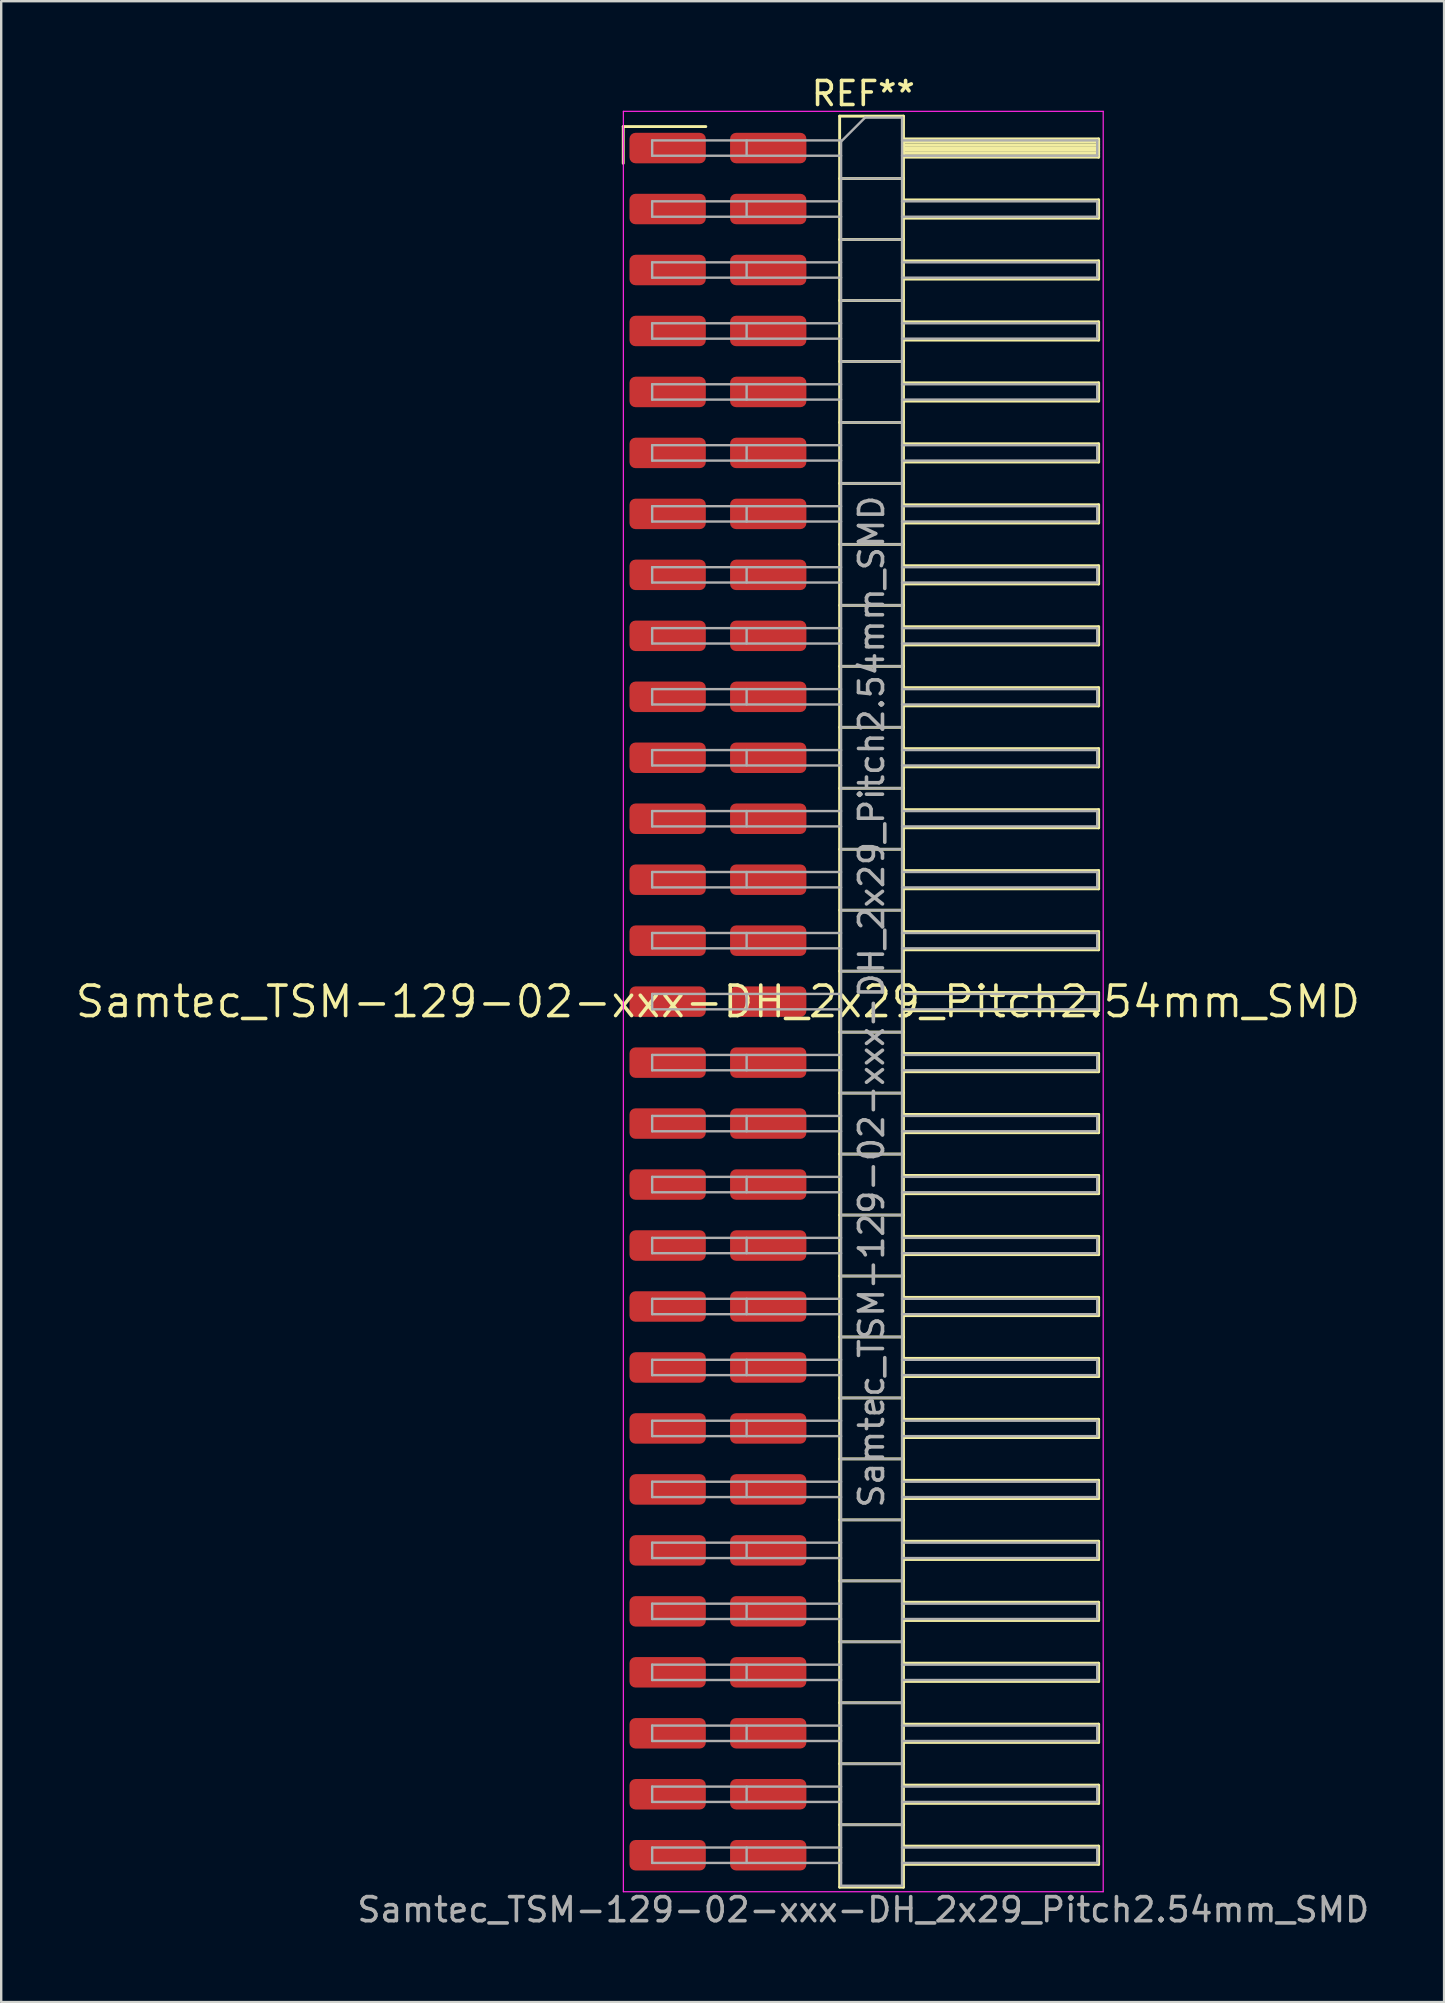
<source format=kicad_pcb>
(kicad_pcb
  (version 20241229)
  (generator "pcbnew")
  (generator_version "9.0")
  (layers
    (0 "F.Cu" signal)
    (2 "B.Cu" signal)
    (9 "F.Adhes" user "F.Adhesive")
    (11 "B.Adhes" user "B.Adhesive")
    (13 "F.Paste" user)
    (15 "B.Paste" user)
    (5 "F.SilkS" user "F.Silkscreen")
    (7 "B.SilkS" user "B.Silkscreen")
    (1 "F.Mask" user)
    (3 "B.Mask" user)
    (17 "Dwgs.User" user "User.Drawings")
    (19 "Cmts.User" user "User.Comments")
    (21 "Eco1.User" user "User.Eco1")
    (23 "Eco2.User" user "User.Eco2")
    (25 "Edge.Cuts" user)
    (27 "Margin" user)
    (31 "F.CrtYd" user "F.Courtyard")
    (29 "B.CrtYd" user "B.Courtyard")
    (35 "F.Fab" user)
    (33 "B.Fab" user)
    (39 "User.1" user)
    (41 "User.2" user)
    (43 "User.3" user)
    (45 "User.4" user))
  (footprint "Samtec_TSM-129-02-xxx-DH_2x29_Pitch2.54mm_SMD"
    (layer "F.Cu")
    (at 26.859 38.678)
    (property "Reference" "Samtec_TSM-129-02-xxx-DH_2x29_Pitch2.54mm_SMD" (at 0 0 0) (layer "F.SilkS") (effects (font (size 1.27 1.27) (thickness 0.15))))
    (attr smd)
    (fp_line (start -3.945 -36.455) (end -0.505 -36.455) (stroke (width 0.12) (type solid)) (layer "F.SilkS"))
    (fp_line (start -3.945 -34.925) (end -3.945 -36.455) (stroke (width 0.12) (type solid)) (layer "F.SilkS"))
    (fp_line (start 5.07 -36.89) (end 7.73 -36.89) (stroke (width 0.12) (type solid)) (layer "F.SilkS"))
    (fp_line (start 5.07 -34.29) (end 7.73 -34.29) (stroke (width 0.12) (type solid)) (layer "F.SilkS"))
    (fp_line (start 5.07 -31.75) (end 7.73 -31.75) (stroke (width 0.12) (type solid)) (layer "F.SilkS"))
    (fp_line (start 5.07 -29.21) (end 7.73 -29.21) (stroke (width 0.12) (type solid)) (layer "F.SilkS"))
    (fp_line (start 5.07 -26.67) (end 7.73 -26.67) (stroke (width 0.12) (type solid)) (layer "F.SilkS"))
    (fp_line (start 5.07 -24.13) (end 7.73 -24.13) (stroke (width 0.12) (type solid)) (layer "F.SilkS"))
    (fp_line (start 5.07 -21.59) (end 7.73 -21.59) (stroke (width 0.12) (type solid)) (layer "F.SilkS"))
    (fp_line (start 5.07 -19.05) (end 7.73 -19.05) (stroke (width 0.12) (type solid)) (layer "F.SilkS"))
    (fp_line (start 5.07 -16.51) (end 7.73 -16.51) (stroke (width 0.12) (type solid)) (layer "F.SilkS"))
    (fp_line (start 5.07 -13.97) (end 7.73 -13.97) (stroke (width 0.12) (type solid)) (layer "F.SilkS"))
    (fp_line (start 5.07 -11.43) (end 7.73 -11.43) (stroke (width 0.12) (type solid)) (layer "F.SilkS"))
    (fp_line (start 5.07 -8.89) (end 7.73 -8.89) (stroke (width 0.12) (type solid)) (layer "F.SilkS"))
    (fp_line (start 5.07 -6.35) (end 7.73 -6.35) (stroke (width 0.12) (type solid)) (layer "F.SilkS"))
    (fp_line (start 5.07 -3.81) (end 7.73 -3.81) (stroke (width 0.12) (type solid)) (layer "F.SilkS"))
    (fp_line (start 5.07 -1.27) (end 7.73 -1.27) (stroke (width 0.12) (type solid)) (layer "F.SilkS"))
    (fp_line (start 5.07 1.27) (end 7.73 1.27) (stroke (width 0.12) (type solid)) (layer "F.SilkS"))
    (fp_line (start 5.07 3.81) (end 7.73 3.81) (stroke (width 0.12) (type solid)) (layer "F.SilkS"))
    (fp_line (start 5.07 6.35) (end 7.73 6.35) (stroke (width 0.12) (type solid)) (layer "F.SilkS"))
    (fp_line (start 5.07 8.89) (end 7.73 8.89) (stroke (width 0.12) (type solid)) (layer "F.SilkS"))
    (fp_line (start 5.07 11.43) (end 7.73 11.43) (stroke (width 0.12) (type solid)) (layer "F.SilkS"))
    (fp_line (start 5.07 13.97) (end 7.73 13.97) (stroke (width 0.12) (type solid)) (layer "F.SilkS"))
    (fp_line (start 5.07 16.51) (end 7.73 16.51) (stroke (width 0.12) (type solid)) (layer "F.SilkS"))
    (fp_line (start 5.07 19.05) (end 7.73 19.05) (stroke (width 0.12) (type solid)) (layer "F.SilkS"))
    (fp_line (start 5.07 21.59) (end 7.73 21.59) (stroke (width 0.12) (type solid)) (layer "F.SilkS"))
    (fp_line (start 5.07 24.13) (end 7.73 24.13) (stroke (width 0.12) (type solid)) (layer "F.SilkS"))
    (fp_line (start 5.07 26.67) (end 7.73 26.67) (stroke (width 0.12) (type solid)) (layer "F.SilkS"))
    (fp_line (start 5.07 29.21) (end 7.73 29.21) (stroke (width 0.12) (type solid)) (layer "F.SilkS"))
    (fp_line (start 5.07 31.75) (end 7.73 31.75) (stroke (width 0.12) (type solid)) (layer "F.SilkS"))
    (fp_line (start 5.07 34.29) (end 7.73 34.29) (stroke (width 0.12) (type solid)) (layer "F.SilkS"))
    (fp_line (start 5.07 36.89) (end 5.07 -36.89) (stroke (width 0.12) (type solid)) (layer "F.SilkS"))
    (fp_line (start 7.73 -36.89) (end 7.73 36.89) (stroke (width 0.12) (type solid)) (layer "F.SilkS"))
    (fp_line (start 7.73 -35.94) (end 15.86 -35.94) (stroke (width 0.12) (type solid)) (layer "F.SilkS"))
    (fp_line (start 7.73 -35.82) (end 15.86 -35.82) (stroke (width 0.12) (type solid)) (layer "F.SilkS"))
    (fp_line (start 7.73 -35.7) (end 15.86 -35.7) (stroke (width 0.12) (type solid)) (layer "F.SilkS"))
    (fp_line (start 7.73 -35.58) (end 15.86 -35.58) (stroke (width 0.12) (type solid)) (layer "F.SilkS"))
    (fp_line (start 7.73 -35.46) (end 15.86 -35.46) (stroke (width 0.12) (type solid)) (layer "F.SilkS"))
    (fp_line (start 7.73 -35.34) (end 15.86 -35.34) (stroke (width 0.12) (type solid)) (layer "F.SilkS"))
    (fp_line (start 7.73 -35.22) (end 15.86 -35.22) (stroke (width 0.12) (type solid)) (layer "F.SilkS"))
    (fp_line (start 7.73 -35.18) (end 15.86 -35.18) (stroke (width 0.12) (type solid)) (layer "F.SilkS"))
    (fp_line (start 7.73 -33.4) (end 15.86 -33.4) (stroke (width 0.12) (type solid)) (layer "F.SilkS"))
    (fp_line (start 7.73 -32.64) (end 15.86 -32.64) (stroke (width 0.12) (type solid)) (layer "F.SilkS"))
    (fp_line (start 7.73 -30.86) (end 15.86 -30.86) (stroke (width 0.12) (type solid)) (layer "F.SilkS"))
    (fp_line (start 7.73 -30.1) (end 15.86 -30.1) (stroke (width 0.12) (type solid)) (layer "F.SilkS"))
    (fp_line (start 7.73 -28.32) (end 15.86 -28.32) (stroke (width 0.12) (type solid)) (layer "F.SilkS"))
    (fp_line (start 7.73 -27.56) (end 15.86 -27.56) (stroke (width 0.12) (type solid)) (layer "F.SilkS"))
    (fp_line (start 7.73 -25.78) (end 15.86 -25.78) (stroke (width 0.12) (type solid)) (layer "F.SilkS"))
    (fp_line (start 7.73 -25.02) (end 15.86 -25.02) (stroke (width 0.12) (type solid)) (layer "F.SilkS"))
    (fp_line (start 7.73 -23.24) (end 15.86 -23.24) (stroke (width 0.12) (type solid)) (layer "F.SilkS"))
    (fp_line (start 7.73 -22.48) (end 15.86 -22.48) (stroke (width 0.12) (type solid)) (layer "F.SilkS"))
    (fp_line (start 7.73 -20.7) (end 15.86 -20.7) (stroke (width 0.12) (type solid)) (layer "F.SilkS"))
    (fp_line (start 7.73 -19.94) (end 15.86 -19.94) (stroke (width 0.12) (type solid)) (layer "F.SilkS"))
    (fp_line (start 7.73 -18.16) (end 15.86 -18.16) (stroke (width 0.12) (type solid)) (layer "F.SilkS"))
    (fp_line (start 7.73 -17.4) (end 15.86 -17.4) (stroke (width 0.12) (type solid)) (layer "F.SilkS"))
    (fp_line (start 7.73 -15.62) (end 15.86 -15.62) (stroke (width 0.12) (type solid)) (layer "F.SilkS"))
    (fp_line (start 7.73 -14.86) (end 15.86 -14.86) (stroke (width 0.12) (type solid)) (layer "F.SilkS"))
    (fp_line (start 7.73 -13.08) (end 15.86 -13.08) (stroke (width 0.12) (type solid)) (layer "F.SilkS"))
    (fp_line (start 7.73 -12.32) (end 15.86 -12.32) (stroke (width 0.12) (type solid)) (layer "F.SilkS"))
    (fp_line (start 7.73 -10.54) (end 15.86 -10.54) (stroke (width 0.12) (type solid)) (layer "F.SilkS"))
    (fp_line (start 7.73 -9.78) (end 15.86 -9.78) (stroke (width 0.12) (type solid)) (layer "F.SilkS"))
    (fp_line (start 7.73 -8) (end 15.86 -8) (stroke (width 0.12) (type solid)) (layer "F.SilkS"))
    (fp_line (start 7.73 -7.24) (end 15.86 -7.24) (stroke (width 0.12) (type solid)) (layer "F.SilkS"))
    (fp_line (start 7.73 -5.46) (end 15.86 -5.46) (stroke (width 0.12) (type solid)) (layer "F.SilkS"))
    (fp_line (start 7.73 -4.7) (end 15.86 -4.7) (stroke (width 0.12) (type solid)) (layer "F.SilkS"))
    (fp_line (start 7.73 -2.92) (end 15.86 -2.92) (stroke (width 0.12) (type solid)) (layer "F.SilkS"))
    (fp_line (start 7.73 -2.16) (end 15.86 -2.16) (stroke (width 0.12) (type solid)) (layer "F.SilkS"))
    (fp_line (start 7.73 -0.38) (end 15.86 -0.38) (stroke (width 0.12) (type solid)) (layer "F.SilkS"))
    (fp_line (start 7.73 0.38) (end 15.86 0.38) (stroke (width 0.12) (type solid)) (layer "F.SilkS"))
    (fp_line (start 7.73 2.16) (end 15.86 2.16) (stroke (width 0.12) (type solid)) (layer "F.SilkS"))
    (fp_line (start 7.73 2.92) (end 15.86 2.92) (stroke (width 0.12) (type solid)) (layer "F.SilkS"))
    (fp_line (start 7.73 4.7) (end 15.86 4.7) (stroke (width 0.12) (type solid)) (layer "F.SilkS"))
    (fp_line (start 7.73 5.46) (end 15.86 5.46) (stroke (width 0.12) (type solid)) (layer "F.SilkS"))
    (fp_line (start 7.73 7.24) (end 15.86 7.24) (stroke (width 0.12) (type solid)) (layer "F.SilkS"))
    (fp_line (start 7.73 8) (end 15.86 8) (stroke (width 0.12) (type solid)) (layer "F.SilkS"))
    (fp_line (start 7.73 9.78) (end 15.86 9.78) (stroke (width 0.12) (type solid)) (layer "F.SilkS"))
    (fp_line (start 7.73 10.54) (end 15.86 10.54) (stroke (width 0.12) (type solid)) (layer "F.SilkS"))
    (fp_line (start 7.73 12.32) (end 15.86 12.32) (stroke (width 0.12) (type solid)) (layer "F.SilkS"))
    (fp_line (start 7.73 13.08) (end 15.86 13.08) (stroke (width 0.12) (type solid)) (layer "F.SilkS"))
    (fp_line (start 7.73 14.86) (end 15.86 14.86) (stroke (width 0.12) (type solid)) (layer "F.SilkS"))
    (fp_line (start 7.73 15.62) (end 15.86 15.62) (stroke (width 0.12) (type solid)) (layer "F.SilkS"))
    (fp_line (start 7.73 17.4) (end 15.86 17.4) (stroke (width 0.12) (type solid)) (layer "F.SilkS"))
    (fp_line (start 7.73 18.16) (end 15.86 18.16) (stroke (width 0.12) (type solid)) (layer "F.SilkS"))
    (fp_line (start 7.73 19.94) (end 15.86 19.94) (stroke (width 0.12) (type solid)) (layer "F.SilkS"))
    (fp_line (start 7.73 20.7) (end 15.86 20.7) (stroke (width 0.12) (type solid)) (layer "F.SilkS"))
    (fp_line (start 7.73 22.48) (end 15.86 22.48) (stroke (width 0.12) (type solid)) (layer "F.SilkS"))
    (fp_line (start 7.73 23.24) (end 15.86 23.24) (stroke (width 0.12) (type solid)) (layer "F.SilkS"))
    (fp_line (start 7.73 25.02) (end 15.86 25.02) (stroke (width 0.12) (type solid)) (layer "F.SilkS"))
    (fp_line (start 7.73 25.78) (end 15.86 25.78) (stroke (width 0.12) (type solid)) (layer "F.SilkS"))
    (fp_line (start 7.73 27.56) (end 15.86 27.56) (stroke (width 0.12) (type solid)) (layer "F.SilkS"))
    (fp_line (start 7.73 28.32) (end 15.86 28.32) (stroke (width 0.12) (type solid)) (layer "F.SilkS"))
    (fp_line (start 7.73 30.1) (end 15.86 30.1) (stroke (width 0.12) (type solid)) (layer "F.SilkS"))
    (fp_line (start 7.73 30.86) (end 15.86 30.86) (stroke (width 0.12) (type solid)) (layer "F.SilkS"))
    (fp_line (start 7.73 32.64) (end 15.86 32.64) (stroke (width 0.12) (type solid)) (layer "F.SilkS"))
    (fp_line (start 7.73 33.4) (end 15.86 33.4) (stroke (width 0.12) (type solid)) (layer "F.SilkS"))
    (fp_line (start 7.73 35.18) (end 15.86 35.18) (stroke (width 0.12) (type solid)) (layer "F.SilkS"))
    (fp_line (start 7.73 35.94) (end 15.86 35.94) (stroke (width 0.12) (type solid)) (layer "F.SilkS"))
    (fp_line (start 7.73 36.89) (end 5.07 36.89) (stroke (width 0.12) (type solid)) (layer "F.SilkS"))
    (fp_line (start 15.86 -35.94) (end 15.86 -35.18) (stroke (width 0.12) (type solid)) (layer "F.SilkS"))
    (fp_line (start 15.86 -33.4) (end 15.86 -32.64) (stroke (width 0.12) (type solid)) (layer "F.SilkS"))
    (fp_line (start 15.86 -30.86) (end 15.86 -30.1) (stroke (width 0.12) (type solid)) (layer "F.SilkS"))
    (fp_line (start 15.86 -28.32) (end 15.86 -27.56) (stroke (width 0.12) (type solid)) (layer "F.SilkS"))
    (fp_line (start 15.86 -25.78) (end 15.86 -25.02) (stroke (width 0.12) (type solid)) (layer "F.SilkS"))
    (fp_line (start 15.86 -23.24) (end 15.86 -22.48) (stroke (width 0.12) (type solid)) (layer "F.SilkS"))
    (fp_line (start 15.86 -20.7) (end 15.86 -19.94) (stroke (width 0.12) (type solid)) (layer "F.SilkS"))
    (fp_line (start 15.86 -18.16) (end 15.86 -17.4) (stroke (width 0.12) (type solid)) (layer "F.SilkS"))
    (fp_line (start 15.86 -15.62) (end 15.86 -14.86) (stroke (width 0.12) (type solid)) (layer "F.SilkS"))
    (fp_line (start 15.86 -13.08) (end 15.86 -12.32) (stroke (width 0.12) (type solid)) (layer "F.SilkS"))
    (fp_line (start 15.86 -10.54) (end 15.86 -9.78) (stroke (width 0.12) (type solid)) (layer "F.SilkS"))
    (fp_line (start 15.86 -8) (end 15.86 -7.24) (stroke (width 0.12) (type solid)) (layer "F.SilkS"))
    (fp_line (start 15.86 -5.46) (end 15.86 -4.7) (stroke (width 0.12) (type solid)) (layer "F.SilkS"))
    (fp_line (start 15.86 -2.92) (end 15.86 -2.16) (stroke (width 0.12) (type solid)) (layer "F.SilkS"))
    (fp_line (start 15.86 -0.38) (end 15.86 0.38) (stroke (width 0.12) (type solid)) (layer "F.SilkS"))
    (fp_line (start 15.86 2.16) (end 15.86 2.92) (stroke (width 0.12) (type solid)) (layer "F.SilkS"))
    (fp_line (start 15.86 4.7) (end 15.86 5.46) (stroke (width 0.12) (type solid)) (layer "F.SilkS"))
    (fp_line (start 15.86 7.24) (end 15.86 8) (stroke (width 0.12) (type solid)) (layer "F.SilkS"))
    (fp_line (start 15.86 9.78) (end 15.86 10.54) (stroke (width 0.12) (type solid)) (layer "F.SilkS"))
    (fp_line (start 15.86 12.32) (end 15.86 13.08) (stroke (width 0.12) (type solid)) (layer "F.SilkS"))
    (fp_line (start 15.86 14.86) (end 15.86 15.62) (stroke (width 0.12) (type solid)) (layer "F.SilkS"))
    (fp_line (start 15.86 17.4) (end 15.86 18.16) (stroke (width 0.12) (type solid)) (layer "F.SilkS"))
    (fp_line (start 15.86 19.94) (end 15.86 20.7) (stroke (width 0.12) (type solid)) (layer "F.SilkS"))
    (fp_line (start 15.86 22.48) (end 15.86 23.24) (stroke (width 0.12) (type solid)) (layer "F.SilkS"))
    (fp_line (start 15.86 25.02) (end 15.86 25.78) (stroke (width 0.12) (type solid)) (layer "F.SilkS"))
    (fp_line (start 15.86 27.56) (end 15.86 28.32) (stroke (width 0.12) (type solid)) (layer "F.SilkS"))
    (fp_line (start 15.86 30.1) (end 15.86 30.86) (stroke (width 0.12) (type solid)) (layer "F.SilkS"))
    (fp_line (start 15.86 32.64) (end 15.86 33.4) (stroke (width 0.12) (type solid)) (layer "F.SilkS"))
    (fp_line (start 15.86 35.18) (end 15.86 35.94) (stroke (width 0.12) (type solid)) (layer "F.SilkS"))
    (fp_line (start -3.94 -37.09) (end 16.05 -37.09) (stroke (width 0.05) (type solid)) (layer "F.CrtYd"))
    (fp_line (start -3.94 37.08) (end -3.94 -37.09) (stroke (width 0.05) (type solid)) (layer "F.CrtYd"))
    (fp_line (start 16.05 -37.09) (end 16.05 37.08) (stroke (width 0.05) (type solid)) (layer "F.CrtYd"))
    (fp_line (start 16.05 37.08) (end -3.94 37.08) (stroke (width 0.05) (type solid)) (layer "F.CrtYd"))
    (fp_line (start -2.74 -35.88) (end -2.74 -35.24) (stroke (width 0.1) (type solid)) (layer "F.Fab"))
    (fp_line (start -2.74 -35.88) (end 5.13 -35.88) (stroke (width 0.1) (type solid)) (layer "F.Fab"))
    (fp_line (start -2.74 -35.24) (end 5.13 -35.24) (stroke (width 0.1) (type solid)) (layer "F.Fab"))
    (fp_line (start -2.74 -33.34) (end -2.74 -32.7) (stroke (width 0.1) (type solid)) (layer "F.Fab"))
    (fp_line (start -2.74 -33.34) (end 5.13 -33.34) (stroke (width 0.1) (type solid)) (layer "F.Fab"))
    (fp_line (start -2.74 -32.7) (end 5.13 -32.7) (stroke (width 0.1) (type solid)) (layer "F.Fab"))
    (fp_line (start -2.74 -30.8) (end -2.74 -30.16) (stroke (width 0.1) (type solid)) (layer "F.Fab"))
    (fp_line (start -2.74 -30.8) (end 5.13 -30.8) (stroke (width 0.1) (type solid)) (layer "F.Fab"))
    (fp_line (start -2.74 -30.16) (end 5.13 -30.16) (stroke (width 0.1) (type solid)) (layer "F.Fab"))
    (fp_line (start -2.74 -28.26) (end -2.74 -27.62) (stroke (width 0.1) (type solid)) (layer "F.Fab"))
    (fp_line (start -2.74 -28.26) (end 5.13 -28.26) (stroke (width 0.1) (type solid)) (layer "F.Fab"))
    (fp_line (start -2.74 -27.62) (end 5.13 -27.62) (stroke (width 0.1) (type solid)) (layer "F.Fab"))
    (fp_line (start -2.74 -25.72) (end -2.74 -25.08) (stroke (width 0.1) (type solid)) (layer "F.Fab"))
    (fp_line (start -2.74 -25.72) (end 5.13 -25.72) (stroke (width 0.1) (type solid)) (layer "F.Fab"))
    (fp_line (start -2.74 -25.08) (end 5.13 -25.08) (stroke (width 0.1) (type solid)) (layer "F.Fab"))
    (fp_line (start -2.74 -23.18) (end -2.74 -22.54) (stroke (width 0.1) (type solid)) (layer "F.Fab"))
    (fp_line (start -2.74 -23.18) (end 5.13 -23.18) (stroke (width 0.1) (type solid)) (layer "F.Fab"))
    (fp_line (start -2.74 -22.54) (end 5.13 -22.54) (stroke (width 0.1) (type solid)) (layer "F.Fab"))
    (fp_line (start -2.74 -20.64) (end -2.74 -20) (stroke (width 0.1) (type solid)) (layer "F.Fab"))
    (fp_line (start -2.74 -20.64) (end 5.13 -20.64) (stroke (width 0.1) (type solid)) (layer "F.Fab"))
    (fp_line (start -2.74 -20) (end 5.13 -20) (stroke (width 0.1) (type solid)) (layer "F.Fab"))
    (fp_line (start -2.74 -18.1) (end -2.74 -17.46) (stroke (width 0.1) (type solid)) (layer "F.Fab"))
    (fp_line (start -2.74 -18.1) (end 5.13 -18.1) (stroke (width 0.1) (type solid)) (layer "F.Fab"))
    (fp_line (start -2.74 -17.46) (end 5.13 -17.46) (stroke (width 0.1) (type solid)) (layer "F.Fab"))
    (fp_line (start -2.74 -15.56) (end -2.74 -14.92) (stroke (width 0.1) (type solid)) (layer "F.Fab"))
    (fp_line (start -2.74 -15.56) (end 5.13 -15.56) (stroke (width 0.1) (type solid)) (layer "F.Fab"))
    (fp_line (start -2.74 -14.92) (end 5.13 -14.92) (stroke (width 0.1) (type solid)) (layer "F.Fab"))
    (fp_line (start -2.74 -13.02) (end -2.74 -12.38) (stroke (width 0.1) (type solid)) (layer "F.Fab"))
    (fp_line (start -2.74 -13.02) (end 5.13 -13.02) (stroke (width 0.1) (type solid)) (layer "F.Fab"))
    (fp_line (start -2.74 -12.38) (end 5.13 -12.38) (stroke (width 0.1) (type solid)) (layer "F.Fab"))
    (fp_line (start -2.74 -10.48) (end -2.74 -9.84) (stroke (width 0.1) (type solid)) (layer "F.Fab"))
    (fp_line (start -2.74 -10.48) (end 5.13 -10.48) (stroke (width 0.1) (type solid)) (layer "F.Fab"))
    (fp_line (start -2.74 -9.84) (end 5.13 -9.84) (stroke (width 0.1) (type solid)) (layer "F.Fab"))
    (fp_line (start -2.74 -7.94) (end -2.74 -7.3) (stroke (width 0.1) (type solid)) (layer "F.Fab"))
    (fp_line (start -2.74 -7.94) (end 5.13 -7.94) (stroke (width 0.1) (type solid)) (layer "F.Fab"))
    (fp_line (start -2.74 -7.3) (end 5.13 -7.3) (stroke (width 0.1) (type solid)) (layer "F.Fab"))
    (fp_line (start -2.74 -5.4) (end -2.74 -4.76) (stroke (width 0.1) (type solid)) (layer "F.Fab"))
    (fp_line (start -2.74 -5.4) (end 5.13 -5.4) (stroke (width 0.1) (type solid)) (layer "F.Fab"))
    (fp_line (start -2.74 -4.76) (end 5.13 -4.76) (stroke (width 0.1) (type solid)) (layer "F.Fab"))
    (fp_line (start -2.74 -2.86) (end -2.74 -2.22) (stroke (width 0.1) (type solid)) (layer "F.Fab"))
    (fp_line (start -2.74 -2.86) (end 5.13 -2.86) (stroke (width 0.1) (type solid)) (layer "F.Fab"))
    (fp_line (start -2.74 -2.22) (end 5.13 -2.22) (stroke (width 0.1) (type solid)) (layer "F.Fab"))
    (fp_line (start -2.74 -0.32) (end -2.74 0.32) (stroke (width 0.1) (type solid)) (layer "F.Fab"))
    (fp_line (start -2.74 -0.32) (end 5.13 -0.32) (stroke (width 0.1) (type solid)) (layer "F.Fab"))
    (fp_line (start -2.74 0.32) (end 5.13 0.32) (stroke (width 0.1) (type solid)) (layer "F.Fab"))
    (fp_line (start -2.74 2.22) (end -2.74 2.86) (stroke (width 0.1) (type solid)) (layer "F.Fab"))
    (fp_line (start -2.74 2.22) (end 5.13 2.22) (stroke (width 0.1) (type solid)) (layer "F.Fab"))
    (fp_line (start -2.74 2.86) (end 5.13 2.86) (stroke (width 0.1) (type solid)) (layer "F.Fab"))
    (fp_line (start -2.74 4.76) (end -2.74 5.4) (stroke (width 0.1) (type solid)) (layer "F.Fab"))
    (fp_line (start -2.74 4.76) (end 5.13 4.76) (stroke (width 0.1) (type solid)) (layer "F.Fab"))
    (fp_line (start -2.74 5.4) (end 5.13 5.4) (stroke (width 0.1) (type solid)) (layer "F.Fab"))
    (fp_line (start -2.74 7.3) (end -2.74 7.94) (stroke (width 0.1) (type solid)) (layer "F.Fab"))
    (fp_line (start -2.74 7.3) (end 5.13 7.3) (stroke (width 0.1) (type solid)) (layer "F.Fab"))
    (fp_line (start -2.74 7.94) (end 5.13 7.94) (stroke (width 0.1) (type solid)) (layer "F.Fab"))
    (fp_line (start -2.74 9.84) (end -2.74 10.48) (stroke (width 0.1) (type solid)) (layer "F.Fab"))
    (fp_line (start -2.74 9.84) (end 5.13 9.84) (stroke (width 0.1) (type solid)) (layer "F.Fab"))
    (fp_line (start -2.74 10.48) (end 5.13 10.48) (stroke (width 0.1) (type solid)) (layer "F.Fab"))
    (fp_line (start -2.74 12.38) (end -2.74 13.02) (stroke (width 0.1) (type solid)) (layer "F.Fab"))
    (fp_line (start -2.74 12.38) (end 5.13 12.38) (stroke (width 0.1) (type solid)) (layer "F.Fab"))
    (fp_line (start -2.74 13.02) (end 5.13 13.02) (stroke (width 0.1) (type solid)) (layer "F.Fab"))
    (fp_line (start -2.74 14.92) (end -2.74 15.56) (stroke (width 0.1) (type solid)) (layer "F.Fab"))
    (fp_line (start -2.74 14.92) (end 5.13 14.92) (stroke (width 0.1) (type solid)) (layer "F.Fab"))
    (fp_line (start -2.74 15.56) (end 5.13 15.56) (stroke (width 0.1) (type solid)) (layer "F.Fab"))
    (fp_line (start -2.74 17.46) (end -2.74 18.1) (stroke (width 0.1) (type solid)) (layer "F.Fab"))
    (fp_line (start -2.74 17.46) (end 5.13 17.46) (stroke (width 0.1) (type solid)) (layer "F.Fab"))
    (fp_line (start -2.74 18.1) (end 5.13 18.1) (stroke (width 0.1) (type solid)) (layer "F.Fab"))
    (fp_line (start -2.74 20) (end -2.74 20.64) (stroke (width 0.1) (type solid)) (layer "F.Fab"))
    (fp_line (start -2.74 20) (end 5.13 20) (stroke (width 0.1) (type solid)) (layer "F.Fab"))
    (fp_line (start -2.74 20.64) (end 5.13 20.64) (stroke (width 0.1) (type solid)) (layer "F.Fab"))
    (fp_line (start -2.74 22.54) (end -2.74 23.18) (stroke (width 0.1) (type solid)) (layer "F.Fab"))
    (fp_line (start -2.74 22.54) (end 5.13 22.54) (stroke (width 0.1) (type solid)) (layer "F.Fab"))
    (fp_line (start -2.74 23.18) (end 5.13 23.18) (stroke (width 0.1) (type solid)) (layer "F.Fab"))
    (fp_line (start -2.74 25.08) (end -2.74 25.72) (stroke (width 0.1) (type solid)) (layer "F.Fab"))
    (fp_line (start -2.74 25.08) (end 5.13 25.08) (stroke (width 0.1) (type solid)) (layer "F.Fab"))
    (fp_line (start -2.74 25.72) (end 5.13 25.72) (stroke (width 0.1) (type solid)) (layer "F.Fab"))
    (fp_line (start -2.74 27.62) (end -2.74 28.26) (stroke (width 0.1) (type solid)) (layer "F.Fab"))
    (fp_line (start -2.74 27.62) (end 5.13 27.62) (stroke (width 0.1) (type solid)) (layer "F.Fab"))
    (fp_line (start -2.74 28.26) (end 5.13 28.26) (stroke (width 0.1) (type solid)) (layer "F.Fab"))
    (fp_line (start -2.74 30.16) (end -2.74 30.8) (stroke (width 0.1) (type solid)) (layer "F.Fab"))
    (fp_line (start -2.74 30.16) (end 5.13 30.16) (stroke (width 0.1) (type solid)) (layer "F.Fab"))
    (fp_line (start -2.74 30.8) (end 5.13 30.8) (stroke (width 0.1) (type solid)) (layer "F.Fab"))
    (fp_line (start -2.74 32.7) (end -2.74 33.34) (stroke (width 0.1) (type solid)) (layer "F.Fab"))
    (fp_line (start -2.74 32.7) (end 5.13 32.7) (stroke (width 0.1) (type solid)) (layer "F.Fab"))
    (fp_line (start -2.74 33.34) (end 5.13 33.34) (stroke (width 0.1) (type solid)) (layer "F.Fab"))
    (fp_line (start -2.74 35.24) (end -2.74 35.88) (stroke (width 0.1) (type solid)) (layer "F.Fab"))
    (fp_line (start -2.74 35.24) (end 5.13 35.24) (stroke (width 0.1) (type solid)) (layer "F.Fab"))
    (fp_line (start -2.74 35.88) (end 5.13 35.88) (stroke (width 0.1) (type solid)) (layer "F.Fab"))
    (fp_line (start 1.195 -35.88) (end 1.195 -35.24) (stroke (width 0.1) (type solid)) (layer "F.Fab"))
    (fp_line (start 1.195 -33.34) (end 1.195 -32.7) (stroke (width 0.1) (type solid)) (layer "F.Fab"))
    (fp_line (start 1.195 -30.8) (end 1.195 -30.16) (stroke (width 0.1) (type solid)) (layer "F.Fab"))
    (fp_line (start 1.195 -28.26) (end 1.195 -27.62) (stroke (width 0.1) (type solid)) (layer "F.Fab"))
    (fp_line (start 1.195 -25.72) (end 1.195 -25.08) (stroke (width 0.1) (type solid)) (layer "F.Fab"))
    (fp_line (start 1.195 -23.18) (end 1.195 -22.54) (stroke (width 0.1) (type solid)) (layer "F.Fab"))
    (fp_line (start 1.195 -20.64) (end 1.195 -20) (stroke (width 0.1) (type solid)) (layer "F.Fab"))
    (fp_line (start 1.195 -18.1) (end 1.195 -17.46) (stroke (width 0.1) (type solid)) (layer "F.Fab"))
    (fp_line (start 1.195 -15.56) (end 1.195 -14.92) (stroke (width 0.1) (type solid)) (layer "F.Fab"))
    (fp_line (start 1.195 -13.02) (end 1.195 -12.38) (stroke (width 0.1) (type solid)) (layer "F.Fab"))
    (fp_line (start 1.195 -10.48) (end 1.195 -9.84) (stroke (width 0.1) (type solid)) (layer "F.Fab"))
    (fp_line (start 1.195 -7.94) (end 1.195 -7.3) (stroke (width 0.1) (type solid)) (layer "F.Fab"))
    (fp_line (start 1.195 -5.4) (end 1.195 -4.76) (stroke (width 0.1) (type solid)) (layer "F.Fab"))
    (fp_line (start 1.195 -2.86) (end 1.195 -2.22) (stroke (width 0.1) (type solid)) (layer "F.Fab"))
    (fp_line (start 1.195 -0.32) (end 1.195 0.32) (stroke (width 0.1) (type solid)) (layer "F.Fab"))
    (fp_line (start 1.195 2.22) (end 1.195 2.86) (stroke (width 0.1) (type solid)) (layer "F.Fab"))
    (fp_line (start 1.195 4.76) (end 1.195 5.4) (stroke (width 0.1) (type solid)) (layer "F.Fab"))
    (fp_line (start 1.195 7.3) (end 1.195 7.94) (stroke (width 0.1) (type solid)) (layer "F.Fab"))
    (fp_line (start 1.195 9.84) (end 1.195 10.48) (stroke (width 0.1) (type solid)) (layer "F.Fab"))
    (fp_line (start 1.195 12.38) (end 1.195 13.02) (stroke (width 0.1) (type solid)) (layer "F.Fab"))
    (fp_line (start 1.195 14.92) (end 1.195 15.56) (stroke (width 0.1) (type solid)) (layer "F.Fab"))
    (fp_line (start 1.195 17.46) (end 1.195 18.1) (stroke (width 0.1) (type solid)) (layer "F.Fab"))
    (fp_line (start 1.195 20) (end 1.195 20.64) (stroke (width 0.1) (type solid)) (layer "F.Fab"))
    (fp_line (start 1.195 22.54) (end 1.195 23.18) (stroke (width 0.1) (type solid)) (layer "F.Fab"))
    (fp_line (start 1.195 25.08) (end 1.195 25.72) (stroke (width 0.1) (type solid)) (layer "F.Fab"))
    (fp_line (start 1.195 27.62) (end 1.195 28.26) (stroke (width 0.1) (type solid)) (layer "F.Fab"))
    (fp_line (start 1.195 30.16) (end 1.195 30.8) (stroke (width 0.1) (type solid)) (layer "F.Fab"))
    (fp_line (start 1.195 32.7) (end 1.195 33.34) (stroke (width 0.1) (type solid)) (layer "F.Fab"))
    (fp_line (start 1.195 35.24) (end 1.195 35.88) (stroke (width 0.1) (type solid)) (layer "F.Fab"))
    (fp_line (start 5.13 -35.83) (end 6.13 -36.83) (stroke (width 0.1) (type solid)) (layer "F.Fab"))
    (fp_line (start 5.13 -34.29) (end 7.67 -34.29) (stroke (width 0.1) (type solid)) (layer "F.Fab"))
    (fp_line (start 5.13 -31.75) (end 7.67 -31.75) (stroke (width 0.1) (type solid)) (layer "F.Fab"))
    (fp_line (start 5.13 -29.21) (end 7.67 -29.21) (stroke (width 0.1) (type solid)) (layer "F.Fab"))
    (fp_line (start 5.13 -26.67) (end 7.67 -26.67) (stroke (width 0.1) (type solid)) (layer "F.Fab"))
    (fp_line (start 5.13 -24.13) (end 7.67 -24.13) (stroke (width 0.1) (type solid)) (layer "F.Fab"))
    (fp_line (start 5.13 -21.59) (end 7.67 -21.59) (stroke (width 0.1) (type solid)) (layer "F.Fab"))
    (fp_line (start 5.13 -19.05) (end 7.67 -19.05) (stroke (width 0.1) (type solid)) (layer "F.Fab"))
    (fp_line (start 5.13 -16.51) (end 7.67 -16.51) (stroke (width 0.1) (type solid)) (layer "F.Fab"))
    (fp_line (start 5.13 -13.97) (end 7.67 -13.97) (stroke (width 0.1) (type solid)) (layer "F.Fab"))
    (fp_line (start 5.13 -11.43) (end 7.67 -11.43) (stroke (width 0.1) (type solid)) (layer "F.Fab"))
    (fp_line (start 5.13 -8.89) (end 7.67 -8.89) (stroke (width 0.1) (type solid)) (layer "F.Fab"))
    (fp_line (start 5.13 -6.35) (end 7.67 -6.35) (stroke (width 0.1) (type solid)) (layer "F.Fab"))
    (fp_line (start 5.13 -3.81) (end 7.67 -3.81) (stroke (width 0.1) (type solid)) (layer "F.Fab"))
    (fp_line (start 5.13 -1.27) (end 7.67 -1.27) (stroke (width 0.1) (type solid)) (layer "F.Fab"))
    (fp_line (start 5.13 1.27) (end 7.67 1.27) (stroke (width 0.1) (type solid)) (layer "F.Fab"))
    (fp_line (start 5.13 3.81) (end 7.67 3.81) (stroke (width 0.1) (type solid)) (layer "F.Fab"))
    (fp_line (start 5.13 6.35) (end 7.67 6.35) (stroke (width 0.1) (type solid)) (layer "F.Fab"))
    (fp_line (start 5.13 8.89) (end 7.67 8.89) (stroke (width 0.1) (type solid)) (layer "F.Fab"))
    (fp_line (start 5.13 11.43) (end 7.67 11.43) (stroke (width 0.1) (type solid)) (layer "F.Fab"))
    (fp_line (start 5.13 13.97) (end 7.67 13.97) (stroke (width 0.1) (type solid)) (layer "F.Fab"))
    (fp_line (start 5.13 16.51) (end 7.67 16.51) (stroke (width 0.1) (type solid)) (layer "F.Fab"))
    (fp_line (start 5.13 19.05) (end 7.67 19.05) (stroke (width 0.1) (type solid)) (layer "F.Fab"))
    (fp_line (start 5.13 21.59) (end 7.67 21.59) (stroke (width 0.1) (type solid)) (layer "F.Fab"))
    (fp_line (start 5.13 24.13) (end 7.67 24.13) (stroke (width 0.1) (type solid)) (layer "F.Fab"))
    (fp_line (start 5.13 26.67) (end 7.67 26.67) (stroke (width 0.1) (type solid)) (layer "F.Fab"))
    (fp_line (start 5.13 29.21) (end 7.67 29.21) (stroke (width 0.1) (type solid)) (layer "F.Fab"))
    (fp_line (start 5.13 31.75) (end 7.67 31.75) (stroke (width 0.1) (type solid)) (layer "F.Fab"))
    (fp_line (start 5.13 34.29) (end 7.67 34.29) (stroke (width 0.1) (type solid)) (layer "F.Fab"))
    (fp_line (start 5.13 36.83) (end 5.13 -35.83) (stroke (width 0.1) (type solid)) (layer "F.Fab"))
    (fp_line (start 6.13 -36.83) (end 7.67 -36.83) (stroke (width 0.1) (type solid)) (layer "F.Fab"))
    (fp_line (start 7.67 -36.83) (end 7.67 36.83) (stroke (width 0.1) (type solid)) (layer "F.Fab"))
    (fp_line (start 7.67 -35.88) (end 15.8 -35.88) (stroke (width 0.1) (type solid)) (layer "F.Fab"))
    (fp_line (start 7.67 -35.24) (end 15.8 -35.24) (stroke (width 0.1) (type solid)) (layer "F.Fab"))
    (fp_line (start 7.67 -33.34) (end 15.8 -33.34) (stroke (width 0.1) (type solid)) (layer "F.Fab"))
    (fp_line (start 7.67 -32.7) (end 15.8 -32.7) (stroke (width 0.1) (type solid)) (layer "F.Fab"))
    (fp_line (start 7.67 -30.8) (end 15.8 -30.8) (stroke (width 0.1) (type solid)) (layer "F.Fab"))
    (fp_line (start 7.67 -30.16) (end 15.8 -30.16) (stroke (width 0.1) (type solid)) (layer "F.Fab"))
    (fp_line (start 7.67 -28.26) (end 15.8 -28.26) (stroke (width 0.1) (type solid)) (layer "F.Fab"))
    (fp_line (start 7.67 -27.62) (end 15.8 -27.62) (stroke (width 0.1) (type solid)) (layer "F.Fab"))
    (fp_line (start 7.67 -25.72) (end 15.8 -25.72) (stroke (width 0.1) (type solid)) (layer "F.Fab"))
    (fp_line (start 7.67 -25.08) (end 15.8 -25.08) (stroke (width 0.1) (type solid)) (layer "F.Fab"))
    (fp_line (start 7.67 -23.18) (end 15.8 -23.18) (stroke (width 0.1) (type solid)) (layer "F.Fab"))
    (fp_line (start 7.67 -22.54) (end 15.8 -22.54) (stroke (width 0.1) (type solid)) (layer "F.Fab"))
    (fp_line (start 7.67 -20.64) (end 15.8 -20.64) (stroke (width 0.1) (type solid)) (layer "F.Fab"))
    (fp_line (start 7.67 -20) (end 15.8 -20) (stroke (width 0.1) (type solid)) (layer "F.Fab"))
    (fp_line (start 7.67 -18.1) (end 15.8 -18.1) (stroke (width 0.1) (type solid)) (layer "F.Fab"))
    (fp_line (start 7.67 -17.46) (end 15.8 -17.46) (stroke (width 0.1) (type solid)) (layer "F.Fab"))
    (fp_line (start 7.67 -15.56) (end 15.8 -15.56) (stroke (width 0.1) (type solid)) (layer "F.Fab"))
    (fp_line (start 7.67 -14.92) (end 15.8 -14.92) (stroke (width 0.1) (type solid)) (layer "F.Fab"))
    (fp_line (start 7.67 -13.02) (end 15.8 -13.02) (stroke (width 0.1) (type solid)) (layer "F.Fab"))
    (fp_line (start 7.67 -12.38) (end 15.8 -12.38) (stroke (width 0.1) (type solid)) (layer "F.Fab"))
    (fp_line (start 7.67 -10.48) (end 15.8 -10.48) (stroke (width 0.1) (type solid)) (layer "F.Fab"))
    (fp_line (start 7.67 -9.84) (end 15.8 -9.84) (stroke (width 0.1) (type solid)) (layer "F.Fab"))
    (fp_line (start 7.67 -7.94) (end 15.8 -7.94) (stroke (width 0.1) (type solid)) (layer "F.Fab"))
    (fp_line (start 7.67 -7.3) (end 15.8 -7.3) (stroke (width 0.1) (type solid)) (layer "F.Fab"))
    (fp_line (start 7.67 -5.4) (end 15.8 -5.4) (stroke (width 0.1) (type solid)) (layer "F.Fab"))
    (fp_line (start 7.67 -4.76) (end 15.8 -4.76) (stroke (width 0.1) (type solid)) (layer "F.Fab"))
    (fp_line (start 7.67 -2.86) (end 15.8 -2.86) (stroke (width 0.1) (type solid)) (layer "F.Fab"))
    (fp_line (start 7.67 -2.22) (end 15.8 -2.22) (stroke (width 0.1) (type solid)) (layer "F.Fab"))
    (fp_line (start 7.67 -0.32) (end 15.8 -0.32) (stroke (width 0.1) (type solid)) (layer "F.Fab"))
    (fp_line (start 7.67 0.32) (end 15.8 0.32) (stroke (width 0.1) (type solid)) (layer "F.Fab"))
    (fp_line (start 7.67 2.22) (end 15.8 2.22) (stroke (width 0.1) (type solid)) (layer "F.Fab"))
    (fp_line (start 7.67 2.86) (end 15.8 2.86) (stroke (width 0.1) (type solid)) (layer "F.Fab"))
    (fp_line (start 7.67 4.76) (end 15.8 4.76) (stroke (width 0.1) (type solid)) (layer "F.Fab"))
    (fp_line (start 7.67 5.4) (end 15.8 5.4) (stroke (width 0.1) (type solid)) (layer "F.Fab"))
    (fp_line (start 7.67 7.3) (end 15.8 7.3) (stroke (width 0.1) (type solid)) (layer "F.Fab"))
    (fp_line (start 7.67 7.94) (end 15.8 7.94) (stroke (width 0.1) (type solid)) (layer "F.Fab"))
    (fp_line (start 7.67 9.84) (end 15.8 9.84) (stroke (width 0.1) (type solid)) (layer "F.Fab"))
    (fp_line (start 7.67 10.48) (end 15.8 10.48) (stroke (width 0.1) (type solid)) (layer "F.Fab"))
    (fp_line (start 7.67 12.38) (end 15.8 12.38) (stroke (width 0.1) (type solid)) (layer "F.Fab"))
    (fp_line (start 7.67 13.02) (end 15.8 13.02) (stroke (width 0.1) (type solid)) (layer "F.Fab"))
    (fp_line (start 7.67 14.92) (end 15.8 14.92) (stroke (width 0.1) (type solid)) (layer "F.Fab"))
    (fp_line (start 7.67 15.56) (end 15.8 15.56) (stroke (width 0.1) (type solid)) (layer "F.Fab"))
    (fp_line (start 7.67 17.46) (end 15.8 17.46) (stroke (width 0.1) (type solid)) (layer "F.Fab"))
    (fp_line (start 7.67 18.1) (end 15.8 18.1) (stroke (width 0.1) (type solid)) (layer "F.Fab"))
    (fp_line (start 7.67 20) (end 15.8 20) (stroke (width 0.1) (type solid)) (layer "F.Fab"))
    (fp_line (start 7.67 20.64) (end 15.8 20.64) (stroke (width 0.1) (type solid)) (layer "F.Fab"))
    (fp_line (start 7.67 22.54) (end 15.8 22.54) (stroke (width 0.1) (type solid)) (layer "F.Fab"))
    (fp_line (start 7.67 23.18) (end 15.8 23.18) (stroke (width 0.1) (type solid)) (layer "F.Fab"))
    (fp_line (start 7.67 25.08) (end 15.8 25.08) (stroke (width 0.1) (type solid)) (layer "F.Fab"))
    (fp_line (start 7.67 25.72) (end 15.8 25.72) (stroke (width 0.1) (type solid)) (layer "F.Fab"))
    (fp_line (start 7.67 27.62) (end 15.8 27.62) (stroke (width 0.1) (type solid)) (layer "F.Fab"))
    (fp_line (start 7.67 28.26) (end 15.8 28.26) (stroke (width 0.1) (type solid)) (layer "F.Fab"))
    (fp_line (start 7.67 30.16) (end 15.8 30.16) (stroke (width 0.1) (type solid)) (layer "F.Fab"))
    (fp_line (start 7.67 30.8) (end 15.8 30.8) (stroke (width 0.1) (type solid)) (layer "F.Fab"))
    (fp_line (start 7.67 32.7) (end 15.8 32.7) (stroke (width 0.1) (type solid)) (layer "F.Fab"))
    (fp_line (start 7.67 33.34) (end 15.8 33.34) (stroke (width 0.1) (type solid)) (layer "F.Fab"))
    (fp_line (start 7.67 35.24) (end 15.8 35.24) (stroke (width 0.1) (type solid)) (layer "F.Fab"))
    (fp_line (start 7.67 35.88) (end 15.8 35.88) (stroke (width 0.1) (type solid)) (layer "F.Fab"))
    (fp_line (start 7.67 36.83) (end 5.13 36.83) (stroke (width 0.1) (type solid)) (layer "F.Fab"))
    (fp_line (start 15.8 -35.88) (end 15.8 -35.24) (stroke (width 0.1) (type solid)) (layer "F.Fab"))
    (fp_line (start 15.8 -33.34) (end 15.8 -32.7) (stroke (width 0.1) (type solid)) (layer "F.Fab"))
    (fp_line (start 15.8 -30.8) (end 15.8 -30.16) (stroke (width 0.1) (type solid)) (layer "F.Fab"))
    (fp_line (start 15.8 -28.26) (end 15.8 -27.62) (stroke (width 0.1) (type solid)) (layer "F.Fab"))
    (fp_line (start 15.8 -25.72) (end 15.8 -25.08) (stroke (width 0.1) (type solid)) (layer "F.Fab"))
    (fp_line (start 15.8 -23.18) (end 15.8 -22.54) (stroke (width 0.1) (type solid)) (layer "F.Fab"))
    (fp_line (start 15.8 -20.64) (end 15.8 -20) (stroke (width 0.1) (type solid)) (layer "F.Fab"))
    (fp_line (start 15.8 -18.1) (end 15.8 -17.46) (stroke (width 0.1) (type solid)) (layer "F.Fab"))
    (fp_line (start 15.8 -15.56) (end 15.8 -14.92) (stroke (width 0.1) (type solid)) (layer "F.Fab"))
    (fp_line (start 15.8 -13.02) (end 15.8 -12.38) (stroke (width 0.1) (type solid)) (layer "F.Fab"))
    (fp_line (start 15.8 -10.48) (end 15.8 -9.84) (stroke (width 0.1) (type solid)) (layer "F.Fab"))
    (fp_line (start 15.8 -7.94) (end 15.8 -7.3) (stroke (width 0.1) (type solid)) (layer "F.Fab"))
    (fp_line (start 15.8 -5.4) (end 15.8 -4.76) (stroke (width 0.1) (type solid)) (layer "F.Fab"))
    (fp_line (start 15.8 -2.86) (end 15.8 -2.22) (stroke (width 0.1) (type solid)) (layer "F.Fab"))
    (fp_line (start 15.8 -0.32) (end 15.8 0.32) (stroke (width 0.1) (type solid)) (layer "F.Fab"))
    (fp_line (start 15.8 2.22) (end 15.8 2.86) (stroke (width 0.1) (type solid)) (layer "F.Fab"))
    (fp_line (start 15.8 4.76) (end 15.8 5.4) (stroke (width 0.1) (type solid)) (layer "F.Fab"))
    (fp_line (start 15.8 7.3) (end 15.8 7.94) (stroke (width 0.1) (type solid)) (layer "F.Fab"))
    (fp_line (start 15.8 9.84) (end 15.8 10.48) (stroke (width 0.1) (type solid)) (layer "F.Fab"))
    (fp_line (start 15.8 12.38) (end 15.8 13.02) (stroke (width 0.1) (type solid)) (layer "F.Fab"))
    (fp_line (start 15.8 14.92) (end 15.8 15.56) (stroke (width 0.1) (type solid)) (layer "F.Fab"))
    (fp_line (start 15.8 17.46) (end 15.8 18.1) (stroke (width 0.1) (type solid)) (layer "F.Fab"))
    (fp_line (start 15.8 20) (end 15.8 20.64) (stroke (width 0.1) (type solid)) (layer "F.Fab"))
    (fp_line (start 15.8 22.54) (end 15.8 23.18) (stroke (width 0.1) (type solid)) (layer "F.Fab"))
    (fp_line (start 15.8 25.08) (end 15.8 25.72) (stroke (width 0.1) (type solid)) (layer "F.Fab"))
    (fp_line (start 15.8 27.62) (end 15.8 28.26) (stroke (width 0.1) (type solid)) (layer "F.Fab"))
    (fp_line (start 15.8 30.16) (end 15.8 30.8) (stroke (width 0.1) (type solid)) (layer "F.Fab"))
    (fp_line (start 15.8 32.7) (end 15.8 33.34) (stroke (width 0.1) (type solid)) (layer "F.Fab"))
    (fp_line (start 15.8 35.24) (end 15.8 35.88) (stroke (width 0.1) (type solid)) (layer "F.Fab"))
    (fp_text user "REF**" (at 6.055 -37.83 0) (layer "F.SilkS") (effects (font (size 1 1) (thickness 0.15))))
    (fp_text user "Samtec_TSM-129-02-xxx-DH_2x29_Pitch2.54mm_SMD" (at 6.055 37.83 0) (layer "F.Fab") (effects (font (size 1 1) (thickness 0.15))))
    (fp_text user "${REFERENCE}" (at 6.4 0 90) (layer "F.Fab") (effects (font (size 1 1) (thickness 0.15))))
    (pad "1" smd roundrect (at -2.095 -35.56) (size 3.18 1.27) (layers "F.Cu" "F.Mask" "F.Paste") (roundrect_rratio 0.197))
    (pad "2" smd roundrect (at 2.095 -35.56) (size 3.18 1.27) (layers "F.Cu" "F.Mask" "F.Paste") (roundrect_rratio 0.197))
    (pad "3" smd roundrect (at -2.095 -33.02) (size 3.18 1.27) (layers "F.Cu" "F.Mask" "F.Paste") (roundrect_rratio 0.197))
    (pad "4" smd roundrect (at 2.095 -33.02) (size 3.18 1.27) (layers "F.Cu" "F.Mask" "F.Paste") (roundrect_rratio 0.197))
    (pad "5" smd roundrect (at -2.095 -30.48) (size 3.18 1.27) (layers "F.Cu" "F.Mask" "F.Paste") (roundrect_rratio 0.197))
    (pad "6" smd roundrect (at 2.095 -30.48) (size 3.18 1.27) (layers "F.Cu" "F.Mask" "F.Paste") (roundrect_rratio 0.197))
    (pad "7" smd roundrect (at -2.095 -27.94) (size 3.18 1.27) (layers "F.Cu" "F.Mask" "F.Paste") (roundrect_rratio 0.197))
    (pad "8" smd roundrect (at 2.095 -27.94) (size 3.18 1.27) (layers "F.Cu" "F.Mask" "F.Paste") (roundrect_rratio 0.197))
    (pad "9" smd roundrect (at -2.095 -25.4) (size 3.18 1.27) (layers "F.Cu" "F.Mask" "F.Paste") (roundrect_rratio 0.197))
    (pad "10" smd roundrect (at 2.095 -25.4) (size 3.18 1.27) (layers "F.Cu" "F.Mask" "F.Paste") (roundrect_rratio 0.197))
    (pad "11" smd roundrect (at -2.095 -22.86) (size 3.18 1.27) (layers "F.Cu" "F.Mask" "F.Paste") (roundrect_rratio 0.197))
    (pad "12" smd roundrect (at 2.095 -22.86) (size 3.18 1.27) (layers "F.Cu" "F.Mask" "F.Paste") (roundrect_rratio 0.197))
    (pad "13" smd roundrect (at -2.095 -20.32) (size 3.18 1.27) (layers "F.Cu" "F.Mask" "F.Paste") (roundrect_rratio 0.197))
    (pad "14" smd roundrect (at 2.095 -20.32) (size 3.18 1.27) (layers "F.Cu" "F.Mask" "F.Paste") (roundrect_rratio 0.197))
    (pad "15" smd roundrect (at -2.095 -17.78) (size 3.18 1.27) (layers "F.Cu" "F.Mask" "F.Paste") (roundrect_rratio 0.197))
    (pad "16" smd roundrect (at 2.095 -17.78) (size 3.18 1.27) (layers "F.Cu" "F.Mask" "F.Paste") (roundrect_rratio 0.197))
    (pad "17" smd roundrect (at -2.095 -15.24) (size 3.18 1.27) (layers "F.Cu" "F.Mask" "F.Paste") (roundrect_rratio 0.197))
    (pad "18" smd roundrect (at 2.095 -15.24) (size 3.18 1.27) (layers "F.Cu" "F.Mask" "F.Paste") (roundrect_rratio 0.197))
    (pad "19" smd roundrect (at -2.095 -12.7) (size 3.18 1.27) (layers "F.Cu" "F.Mask" "F.Paste") (roundrect_rratio 0.197))
    (pad "20" smd roundrect (at 2.095 -12.7) (size 3.18 1.27) (layers "F.Cu" "F.Mask" "F.Paste") (roundrect_rratio 0.197))
    (pad "21" smd roundrect (at -2.095 -10.16) (size 3.18 1.27) (layers "F.Cu" "F.Mask" "F.Paste") (roundrect_rratio 0.197))
    (pad "22" smd roundrect (at 2.095 -10.16) (size 3.18 1.27) (layers "F.Cu" "F.Mask" "F.Paste") (roundrect_rratio 0.197))
    (pad "23" smd roundrect (at -2.095 -7.62) (size 3.18 1.27) (layers "F.Cu" "F.Mask" "F.Paste") (roundrect_rratio 0.197))
    (pad "24" smd roundrect (at 2.095 -7.62) (size 3.18 1.27) (layers "F.Cu" "F.Mask" "F.Paste") (roundrect_rratio 0.197))
    (pad "25" smd roundrect (at -2.095 -5.08) (size 3.18 1.27) (layers "F.Cu" "F.Mask" "F.Paste") (roundrect_rratio 0.197))
    (pad "26" smd roundrect (at 2.095 -5.08) (size 3.18 1.27) (layers "F.Cu" "F.Mask" "F.Paste") (roundrect_rratio 0.197))
    (pad "27" smd roundrect (at -2.095 -2.54) (size 3.18 1.27) (layers "F.Cu" "F.Mask" "F.Paste") (roundrect_rratio 0.197))
    (pad "28" smd roundrect (at 2.095 -2.54) (size 3.18 1.27) (layers "F.Cu" "F.Mask" "F.Paste") (roundrect_rratio 0.197))
    (pad "29" smd roundrect (at -2.095 0) (size 3.18 1.27) (layers "F.Cu" "F.Mask" "F.Paste") (roundrect_rratio 0.197))
    (pad "30" smd roundrect (at 2.095 0) (size 3.18 1.27) (layers "F.Cu" "F.Mask" "F.Paste") (roundrect_rratio 0.197))
    (pad "31" smd roundrect (at -2.095 2.54) (size 3.18 1.27) (layers "F.Cu" "F.Mask" "F.Paste") (roundrect_rratio 0.197))
    (pad "32" smd roundrect (at 2.095 2.54) (size 3.18 1.27) (layers "F.Cu" "F.Mask" "F.Paste") (roundrect_rratio 0.197))
    (pad "33" smd roundrect (at -2.095 5.08) (size 3.18 1.27) (layers "F.Cu" "F.Mask" "F.Paste") (roundrect_rratio 0.197))
    (pad "34" smd roundrect (at 2.095 5.08) (size 3.18 1.27) (layers "F.Cu" "F.Mask" "F.Paste") (roundrect_rratio 0.197))
    (pad "35" smd roundrect (at -2.095 7.62) (size 3.18 1.27) (layers "F.Cu" "F.Mask" "F.Paste") (roundrect_rratio 0.197))
    (pad "36" smd roundrect (at 2.095 7.62) (size 3.18 1.27) (layers "F.Cu" "F.Mask" "F.Paste") (roundrect_rratio 0.197))
    (pad "37" smd roundrect (at -2.095 10.16) (size 3.18 1.27) (layers "F.Cu" "F.Mask" "F.Paste") (roundrect_rratio 0.197))
    (pad "38" smd roundrect (at 2.095 10.16) (size 3.18 1.27) (layers "F.Cu" "F.Mask" "F.Paste") (roundrect_rratio 0.197))
    (pad "39" smd roundrect (at -2.095 12.7) (size 3.18 1.27) (layers "F.Cu" "F.Mask" "F.Paste") (roundrect_rratio 0.197))
    (pad "40" smd roundrect (at 2.095 12.7) (size 3.18 1.27) (layers "F.Cu" "F.Mask" "F.Paste") (roundrect_rratio 0.197))
    (pad "41" smd roundrect (at -2.095 15.24) (size 3.18 1.27) (layers "F.Cu" "F.Mask" "F.Paste") (roundrect_rratio 0.197))
    (pad "42" smd roundrect (at 2.095 15.24) (size 3.18 1.27) (layers "F.Cu" "F.Mask" "F.Paste") (roundrect_rratio 0.197))
    (pad "43" smd roundrect (at -2.095 17.78) (size 3.18 1.27) (layers "F.Cu" "F.Mask" "F.Paste") (roundrect_rratio 0.197))
    (pad "44" smd roundrect (at 2.095 17.78) (size 3.18 1.27) (layers "F.Cu" "F.Mask" "F.Paste") (roundrect_rratio 0.197))
    (pad "45" smd roundrect (at -2.095 20.32) (size 3.18 1.27) (layers "F.Cu" "F.Mask" "F.Paste") (roundrect_rratio 0.197))
    (pad "46" smd roundrect (at 2.095 20.32) (size 3.18 1.27) (layers "F.Cu" "F.Mask" "F.Paste") (roundrect_rratio 0.197))
    (pad "47" smd roundrect (at -2.095 22.86) (size 3.18 1.27) (layers "F.Cu" "F.Mask" "F.Paste") (roundrect_rratio 0.197))
    (pad "48" smd roundrect (at 2.095 22.86) (size 3.18 1.27) (layers "F.Cu" "F.Mask" "F.Paste") (roundrect_rratio 0.197))
    (pad "49" smd roundrect (at -2.095 25.4) (size 3.18 1.27) (layers "F.Cu" "F.Mask" "F.Paste") (roundrect_rratio 0.197))
    (pad "50" smd roundrect (at 2.095 25.4) (size 3.18 1.27) (layers "F.Cu" "F.Mask" "F.Paste") (roundrect_rratio 0.197))
    (pad "51" smd roundrect (at -2.095 27.94) (size 3.18 1.27) (layers "F.Cu" "F.Mask" "F.Paste") (roundrect_rratio 0.197))
    (pad "52" smd roundrect (at 2.095 27.94) (size 3.18 1.27) (layers "F.Cu" "F.Mask" "F.Paste") (roundrect_rratio 0.197))
    (pad "53" smd roundrect (at -2.095 30.48) (size 3.18 1.27) (layers "F.Cu" "F.Mask" "F.Paste") (roundrect_rratio 0.197))
    (pad "54" smd roundrect (at 2.095 30.48) (size 3.18 1.27) (layers "F.Cu" "F.Mask" "F.Paste") (roundrect_rratio 0.197))
    (pad "55" smd roundrect (at -2.095 33.02) (size 3.18 1.27) (layers "F.Cu" "F.Mask" "F.Paste") (roundrect_rratio 0.197))
    (pad "56" smd roundrect (at 2.095 33.02) (size 3.18 1.27) (layers "F.Cu" "F.Mask" "F.Paste") (roundrect_rratio 0.197))
    (pad "57" smd roundrect (at -2.095 35.56) (size 3.18 1.27) (layers "F.Cu" "F.Mask" "F.Paste") (roundrect_rratio 0.197))
    (pad "58" smd roundrect (at 2.095 35.56) (size 3.18 1.27) (layers "F.Cu" "F.Mask" "F.Paste") (roundrect_rratio 0.197)))
  (gr_rect
    (start -3 -3)
    (end 57.11 80.356)
    (stroke (width 0.1) (type default))
    (fill no)
    (layer "Edge.Cuts")))
</source>
